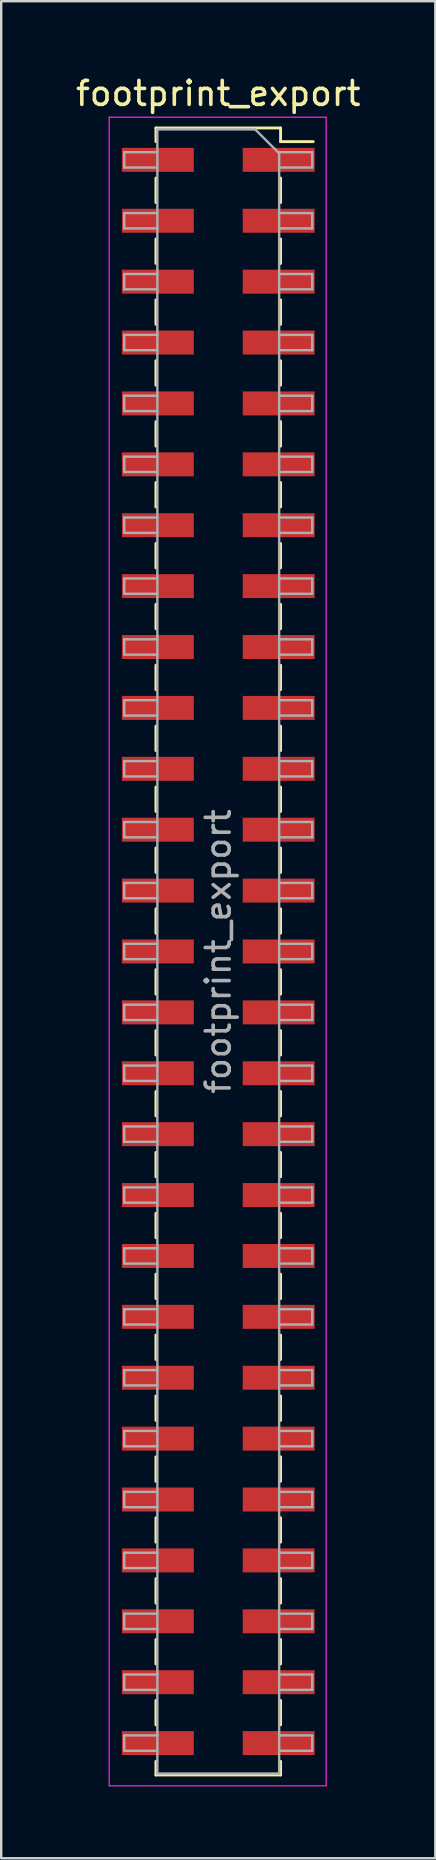
<source format=kicad_pcb>
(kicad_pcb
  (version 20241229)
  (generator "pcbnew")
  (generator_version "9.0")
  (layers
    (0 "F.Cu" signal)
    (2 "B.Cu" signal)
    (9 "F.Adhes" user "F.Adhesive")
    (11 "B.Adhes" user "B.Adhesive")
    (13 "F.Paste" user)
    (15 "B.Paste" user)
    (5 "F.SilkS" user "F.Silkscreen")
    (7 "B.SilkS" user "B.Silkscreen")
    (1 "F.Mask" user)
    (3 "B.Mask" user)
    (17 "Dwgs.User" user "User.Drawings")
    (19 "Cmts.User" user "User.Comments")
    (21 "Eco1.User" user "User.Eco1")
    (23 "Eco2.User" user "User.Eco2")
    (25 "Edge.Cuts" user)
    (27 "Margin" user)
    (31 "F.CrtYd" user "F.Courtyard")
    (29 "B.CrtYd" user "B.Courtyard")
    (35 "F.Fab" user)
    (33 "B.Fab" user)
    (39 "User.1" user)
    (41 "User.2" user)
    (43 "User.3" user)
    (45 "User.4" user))
  (footprint "footprint_export"
    (layer "F.Cu")
    (at 6.054 36.638)
    (property "Reference" "footprint_export" (at 0 -35.79 0) (layer "F.SilkS") (effects (font (size 1 1) (thickness 0.15))))
    (attr smd)
    (fp_line (start -2.6 -34.35) (end -2.6 -33.78) (stroke (width 0.12) (type solid)) (layer "F.SilkS"))
    (fp_line (start -2.6 -34.35) (end 2.6 -34.35) (stroke (width 0.12) (type solid)) (layer "F.SilkS"))
    (fp_line (start -2.6 -32.26) (end -2.6 -31.24) (stroke (width 0.12) (type solid)) (layer "F.SilkS"))
    (fp_line (start -2.6 -29.72) (end -2.6 -28.7) (stroke (width 0.12) (type solid)) (layer "F.SilkS"))
    (fp_line (start -2.6 -27.18) (end -2.6 -26.16) (stroke (width 0.12) (type solid)) (layer "F.SilkS"))
    (fp_line (start -2.6 -24.64) (end -2.6 -23.62) (stroke (width 0.12) (type solid)) (layer "F.SilkS"))
    (fp_line (start -2.6 -22.1) (end -2.6 -21.08) (stroke (width 0.12) (type solid)) (layer "F.SilkS"))
    (fp_line (start -2.6 -19.56) (end -2.6 -18.54) (stroke (width 0.12) (type solid)) (layer "F.SilkS"))
    (fp_line (start -2.6 -17.02) (end -2.6 -16) (stroke (width 0.12) (type solid)) (layer "F.SilkS"))
    (fp_line (start -2.6 -14.48) (end -2.6 -13.46) (stroke (width 0.12) (type solid)) (layer "F.SilkS"))
    (fp_line (start -2.6 -11.94) (end -2.6 -10.92) (stroke (width 0.12) (type solid)) (layer "F.SilkS"))
    (fp_line (start -2.6 -9.4) (end -2.6 -8.38) (stroke (width 0.12) (type solid)) (layer "F.SilkS"))
    (fp_line (start -2.6 -6.86) (end -2.6 -5.84) (stroke (width 0.12) (type solid)) (layer "F.SilkS"))
    (fp_line (start -2.6 -4.32) (end -2.6 -3.3) (stroke (width 0.12) (type solid)) (layer "F.SilkS"))
    (fp_line (start -2.6 -1.78) (end -2.6 -0.76) (stroke (width 0.12) (type solid)) (layer "F.SilkS"))
    (fp_line (start -2.6 0.76) (end -2.6 1.78) (stroke (width 0.12) (type solid)) (layer "F.SilkS"))
    (fp_line (start -2.6 3.3) (end -2.6 4.32) (stroke (width 0.12) (type solid)) (layer "F.SilkS"))
    (fp_line (start -2.6 5.84) (end -2.6 6.86) (stroke (width 0.12) (type solid)) (layer "F.SilkS"))
    (fp_line (start -2.6 8.38) (end -2.6 9.4) (stroke (width 0.12) (type solid)) (layer "F.SilkS"))
    (fp_line (start -2.6 10.92) (end -2.6 11.94) (stroke (width 0.12) (type solid)) (layer "F.SilkS"))
    (fp_line (start -2.6 13.46) (end -2.6 14.48) (stroke (width 0.12) (type solid)) (layer "F.SilkS"))
    (fp_line (start -2.6 16) (end -2.6 17.02) (stroke (width 0.12) (type solid)) (layer "F.SilkS"))
    (fp_line (start -2.6 18.54) (end -2.6 19.56) (stroke (width 0.12) (type solid)) (layer "F.SilkS"))
    (fp_line (start -2.6 21.08) (end -2.6 22.1) (stroke (width 0.12) (type solid)) (layer "F.SilkS"))
    (fp_line (start -2.6 23.62) (end -2.6 24.64) (stroke (width 0.12) (type solid)) (layer "F.SilkS"))
    (fp_line (start -2.6 26.16) (end -2.6 27.18) (stroke (width 0.12) (type solid)) (layer "F.SilkS"))
    (fp_line (start -2.6 28.7) (end -2.6 29.72) (stroke (width 0.12) (type solid)) (layer "F.SilkS"))
    (fp_line (start -2.6 31.24) (end -2.6 32.26) (stroke (width 0.12) (type solid)) (layer "F.SilkS"))
    (fp_line (start -2.6 33.78) (end -2.6 34.35) (stroke (width 0.12) (type solid)) (layer "F.SilkS"))
    (fp_line (start -2.6 34.35) (end 2.6 34.35) (stroke (width 0.12) (type solid)) (layer "F.SilkS"))
    (fp_line (start 2.6 -34.35) (end 2.6 -33.78) (stroke (width 0.12) (type solid)) (layer "F.SilkS"))
    (fp_line (start 2.6 -33.78) (end 3.96 -33.78) (stroke (width 0.12) (type solid)) (layer "F.SilkS"))
    (fp_line (start 2.6 -32.26) (end 2.6 -31.24) (stroke (width 0.12) (type solid)) (layer "F.SilkS"))
    (fp_line (start 2.6 -29.72) (end 2.6 -28.7) (stroke (width 0.12) (type solid)) (layer "F.SilkS"))
    (fp_line (start 2.6 -27.18) (end 2.6 -26.16) (stroke (width 0.12) (type solid)) (layer "F.SilkS"))
    (fp_line (start 2.6 -24.64) (end 2.6 -23.62) (stroke (width 0.12) (type solid)) (layer "F.SilkS"))
    (fp_line (start 2.6 -22.1) (end 2.6 -21.08) (stroke (width 0.12) (type solid)) (layer "F.SilkS"))
    (fp_line (start 2.6 -19.56) (end 2.6 -18.54) (stroke (width 0.12) (type solid)) (layer "F.SilkS"))
    (fp_line (start 2.6 -17.02) (end 2.6 -16) (stroke (width 0.12) (type solid)) (layer "F.SilkS"))
    (fp_line (start 2.6 -14.48) (end 2.6 -13.46) (stroke (width 0.12) (type solid)) (layer "F.SilkS"))
    (fp_line (start 2.6 -11.94) (end 2.6 -10.92) (stroke (width 0.12) (type solid)) (layer "F.SilkS"))
    (fp_line (start 2.6 -9.4) (end 2.6 -8.38) (stroke (width 0.12) (type solid)) (layer "F.SilkS"))
    (fp_line (start 2.6 -6.86) (end 2.6 -5.84) (stroke (width 0.12) (type solid)) (layer "F.SilkS"))
    (fp_line (start 2.6 -4.32) (end 2.6 -3.3) (stroke (width 0.12) (type solid)) (layer "F.SilkS"))
    (fp_line (start 2.6 -1.78) (end 2.6 -0.76) (stroke (width 0.12) (type solid)) (layer "F.SilkS"))
    (fp_line (start 2.6 0.76) (end 2.6 1.78) (stroke (width 0.12) (type solid)) (layer "F.SilkS"))
    (fp_line (start 2.6 3.3) (end 2.6 4.32) (stroke (width 0.12) (type solid)) (layer "F.SilkS"))
    (fp_line (start 2.6 5.84) (end 2.6 6.86) (stroke (width 0.12) (type solid)) (layer "F.SilkS"))
    (fp_line (start 2.6 8.38) (end 2.6 9.4) (stroke (width 0.12) (type solid)) (layer "F.SilkS"))
    (fp_line (start 2.6 10.92) (end 2.6 11.94) (stroke (width 0.12) (type solid)) (layer "F.SilkS"))
    (fp_line (start 2.6 13.46) (end 2.6 14.48) (stroke (width 0.12) (type solid)) (layer "F.SilkS"))
    (fp_line (start 2.6 16) (end 2.6 17.02) (stroke (width 0.12) (type solid)) (layer "F.SilkS"))
    (fp_line (start 2.6 18.54) (end 2.6 19.56) (stroke (width 0.12) (type solid)) (layer "F.SilkS"))
    (fp_line (start 2.6 21.08) (end 2.6 22.1) (stroke (width 0.12) (type solid)) (layer "F.SilkS"))
    (fp_line (start 2.6 23.62) (end 2.6 24.64) (stroke (width 0.12) (type solid)) (layer "F.SilkS"))
    (fp_line (start 2.6 26.16) (end 2.6 27.18) (stroke (width 0.12) (type solid)) (layer "F.SilkS"))
    (fp_line (start 2.6 28.7) (end 2.6 29.72) (stroke (width 0.12) (type solid)) (layer "F.SilkS"))
    (fp_line (start 2.6 31.24) (end 2.6 32.26) (stroke (width 0.12) (type solid)) (layer "F.SilkS"))
    (fp_line (start 2.6 33.78) (end 2.6 34.35) (stroke (width 0.12) (type solid)) (layer "F.SilkS"))
    (fp_line (start -4.55 -34.8) (end 4.5 -34.8) (stroke (width 0.05) (type solid)) (layer "F.CrtYd"))
    (fp_line (start -4.55 34.8) (end -4.55 -34.8) (stroke (width 0.05) (type solid)) (layer "F.CrtYd"))
    (fp_line (start 4.5 -34.8) (end 4.5 34.8) (stroke (width 0.05) (type solid)) (layer "F.CrtYd"))
    (fp_line (start 4.5 34.8) (end -4.55 34.8) (stroke (width 0.05) (type solid)) (layer "F.CrtYd"))
    (fp_line (start -3.92 -33.34) (end -2.54 -33.34) (stroke (width 0.1) (type solid)) (layer "F.Fab"))
    (fp_line (start -3.92 -32.7) (end -3.92 -33.34) (stroke (width 0.1) (type solid)) (layer "F.Fab"))
    (fp_line (start -3.92 -30.8) (end -2.54 -30.8) (stroke (width 0.1) (type solid)) (layer "F.Fab"))
    (fp_line (start -3.92 -30.16) (end -3.92 -30.8) (stroke (width 0.1) (type solid)) (layer "F.Fab"))
    (fp_line (start -3.92 -28.26) (end -2.54 -28.26) (stroke (width 0.1) (type solid)) (layer "F.Fab"))
    (fp_line (start -3.92 -27.62) (end -3.92 -28.26) (stroke (width 0.1) (type solid)) (layer "F.Fab"))
    (fp_line (start -3.92 -25.72) (end -2.54 -25.72) (stroke (width 0.1) (type solid)) (layer "F.Fab"))
    (fp_line (start -3.92 -25.08) (end -3.92 -25.72) (stroke (width 0.1) (type solid)) (layer "F.Fab"))
    (fp_line (start -3.92 -23.18) (end -2.54 -23.18) (stroke (width 0.1) (type solid)) (layer "F.Fab"))
    (fp_line (start -3.92 -22.54) (end -3.92 -23.18) (stroke (width 0.1) (type solid)) (layer "F.Fab"))
    (fp_line (start -3.92 -20.64) (end -2.54 -20.64) (stroke (width 0.1) (type solid)) (layer "F.Fab"))
    (fp_line (start -3.92 -20) (end -3.92 -20.64) (stroke (width 0.1) (type solid)) (layer "F.Fab"))
    (fp_line (start -3.92 -18.1) (end -2.54 -18.1) (stroke (width 0.1) (type solid)) (layer "F.Fab"))
    (fp_line (start -3.92 -17.46) (end -3.92 -18.1) (stroke (width 0.1) (type solid)) (layer "F.Fab"))
    (fp_line (start -3.92 -15.56) (end -2.54 -15.56) (stroke (width 0.1) (type solid)) (layer "F.Fab"))
    (fp_line (start -3.92 -14.92) (end -3.92 -15.56) (stroke (width 0.1) (type solid)) (layer "F.Fab"))
    (fp_line (start -3.92 -13.02) (end -2.54 -13.02) (stroke (width 0.1) (type solid)) (layer "F.Fab"))
    (fp_line (start -3.92 -12.38) (end -3.92 -13.02) (stroke (width 0.1) (type solid)) (layer "F.Fab"))
    (fp_line (start -3.92 -10.48) (end -2.54 -10.48) (stroke (width 0.1) (type solid)) (layer "F.Fab"))
    (fp_line (start -3.92 -9.84) (end -3.92 -10.48) (stroke (width 0.1) (type solid)) (layer "F.Fab"))
    (fp_line (start -3.92 -7.94) (end -2.54 -7.94) (stroke (width 0.1) (type solid)) (layer "F.Fab"))
    (fp_line (start -3.92 -7.3) (end -3.92 -7.94) (stroke (width 0.1) (type solid)) (layer "F.Fab"))
    (fp_line (start -3.92 -5.4) (end -2.54 -5.4) (stroke (width 0.1) (type solid)) (layer "F.Fab"))
    (fp_line (start -3.92 -4.76) (end -3.92 -5.4) (stroke (width 0.1) (type solid)) (layer "F.Fab"))
    (fp_line (start -3.92 -2.86) (end -2.54 -2.86) (stroke (width 0.1) (type solid)) (layer "F.Fab"))
    (fp_line (start -3.92 -2.22) (end -3.92 -2.86) (stroke (width 0.1) (type solid)) (layer "F.Fab"))
    (fp_line (start -3.92 -0.32) (end -2.54 -0.32) (stroke (width 0.1) (type solid)) (layer "F.Fab"))
    (fp_line (start -3.92 0.32) (end -3.92 -0.32) (stroke (width 0.1) (type solid)) (layer "F.Fab"))
    (fp_line (start -3.92 2.22) (end -2.54 2.22) (stroke (width 0.1) (type solid)) (layer "F.Fab"))
    (fp_line (start -3.92 2.86) (end -3.92 2.22) (stroke (width 0.1) (type solid)) (layer "F.Fab"))
    (fp_line (start -3.92 4.76) (end -2.54 4.76) (stroke (width 0.1) (type solid)) (layer "F.Fab"))
    (fp_line (start -3.92 5.4) (end -3.92 4.76) (stroke (width 0.1) (type solid)) (layer "F.Fab"))
    (fp_line (start -3.92 7.3) (end -2.54 7.3) (stroke (width 0.1) (type solid)) (layer "F.Fab"))
    (fp_line (start -3.92 7.94) (end -3.92 7.3) (stroke (width 0.1) (type solid)) (layer "F.Fab"))
    (fp_line (start -3.92 9.84) (end -2.54 9.84) (stroke (width 0.1) (type solid)) (layer "F.Fab"))
    (fp_line (start -3.92 10.48) (end -3.92 9.84) (stroke (width 0.1) (type solid)) (layer "F.Fab"))
    (fp_line (start -3.92 12.38) (end -2.54 12.38) (stroke (width 0.1) (type solid)) (layer "F.Fab"))
    (fp_line (start -3.92 13.02) (end -3.92 12.38) (stroke (width 0.1) (type solid)) (layer "F.Fab"))
    (fp_line (start -3.92 14.92) (end -2.54 14.92) (stroke (width 0.1) (type solid)) (layer "F.Fab"))
    (fp_line (start -3.92 15.56) (end -3.92 14.92) (stroke (width 0.1) (type solid)) (layer "F.Fab"))
    (fp_line (start -3.92 17.46) (end -2.54 17.46) (stroke (width 0.1) (type solid)) (layer "F.Fab"))
    (fp_line (start -3.92 18.1) (end -3.92 17.46) (stroke (width 0.1) (type solid)) (layer "F.Fab"))
    (fp_line (start -3.92 20) (end -2.54 20) (stroke (width 0.1) (type solid)) (layer "F.Fab"))
    (fp_line (start -3.92 20.64) (end -3.92 20) (stroke (width 0.1) (type solid)) (layer "F.Fab"))
    (fp_line (start -3.92 22.54) (end -2.54 22.54) (stroke (width 0.1) (type solid)) (layer "F.Fab"))
    (fp_line (start -3.92 23.18) (end -3.92 22.54) (stroke (width 0.1) (type solid)) (layer "F.Fab"))
    (fp_line (start -3.92 25.08) (end -2.54 25.08) (stroke (width 0.1) (type solid)) (layer "F.Fab"))
    (fp_line (start -3.92 25.72) (end -3.92 25.08) (stroke (width 0.1) (type solid)) (layer "F.Fab"))
    (fp_line (start -3.92 27.62) (end -2.54 27.62) (stroke (width 0.1) (type solid)) (layer "F.Fab"))
    (fp_line (start -3.92 28.26) (end -3.92 27.62) (stroke (width 0.1) (type solid)) (layer "F.Fab"))
    (fp_line (start -3.92 30.16) (end -2.54 30.16) (stroke (width 0.1) (type solid)) (layer "F.Fab"))
    (fp_line (start -3.92 30.8) (end -3.92 30.16) (stroke (width 0.1) (type solid)) (layer "F.Fab"))
    (fp_line (start -3.92 32.7) (end -2.54 32.7) (stroke (width 0.1) (type solid)) (layer "F.Fab"))
    (fp_line (start -3.92 33.34) (end -3.92 32.7) (stroke (width 0.1) (type solid)) (layer "F.Fab"))
    (fp_line (start -2.54 -34.29) (end 1.54 -34.29) (stroke (width 0.1) (type solid)) (layer "F.Fab"))
    (fp_line (start -2.54 -32.7) (end -3.92 -32.7) (stroke (width 0.1) (type solid)) (layer "F.Fab"))
    (fp_line (start -2.54 -30.16) (end -3.92 -30.16) (stroke (width 0.1) (type solid)) (layer "F.Fab"))
    (fp_line (start -2.54 -27.62) (end -3.92 -27.62) (stroke (width 0.1) (type solid)) (layer "F.Fab"))
    (fp_line (start -2.54 -25.08) (end -3.92 -25.08) (stroke (width 0.1) (type solid)) (layer "F.Fab"))
    (fp_line (start -2.54 -22.54) (end -3.92 -22.54) (stroke (width 0.1) (type solid)) (layer "F.Fab"))
    (fp_line (start -2.54 -20) (end -3.92 -20) (stroke (width 0.1) (type solid)) (layer "F.Fab"))
    (fp_line (start -2.54 -17.46) (end -3.92 -17.46) (stroke (width 0.1) (type solid)) (layer "F.Fab"))
    (fp_line (start -2.54 -14.92) (end -3.92 -14.92) (stroke (width 0.1) (type solid)) (layer "F.Fab"))
    (fp_line (start -2.54 -12.38) (end -3.92 -12.38) (stroke (width 0.1) (type solid)) (layer "F.Fab"))
    (fp_line (start -2.54 -9.84) (end -3.92 -9.84) (stroke (width 0.1) (type solid)) (layer "F.Fab"))
    (fp_line (start -2.54 -7.3) (end -3.92 -7.3) (stroke (width 0.1) (type solid)) (layer "F.Fab"))
    (fp_line (start -2.54 -4.76) (end -3.92 -4.76) (stroke (width 0.1) (type solid)) (layer "F.Fab"))
    (fp_line (start -2.54 -2.22) (end -3.92 -2.22) (stroke (width 0.1) (type solid)) (layer "F.Fab"))
    (fp_line (start -2.54 0.32) (end -3.92 0.32) (stroke (width 0.1) (type solid)) (layer "F.Fab"))
    (fp_line (start -2.54 2.86) (end -3.92 2.86) (stroke (width 0.1) (type solid)) (layer "F.Fab"))
    (fp_line (start -2.54 5.4) (end -3.92 5.4) (stroke (width 0.1) (type solid)) (layer "F.Fab"))
    (fp_line (start -2.54 7.94) (end -3.92 7.94) (stroke (width 0.1) (type solid)) (layer "F.Fab"))
    (fp_line (start -2.54 10.48) (end -3.92 10.48) (stroke (width 0.1) (type solid)) (layer "F.Fab"))
    (fp_line (start -2.54 13.02) (end -3.92 13.02) (stroke (width 0.1) (type solid)) (layer "F.Fab"))
    (fp_line (start -2.54 15.56) (end -3.92 15.56) (stroke (width 0.1) (type solid)) (layer "F.Fab"))
    (fp_line (start -2.54 18.1) (end -3.92 18.1) (stroke (width 0.1) (type solid)) (layer "F.Fab"))
    (fp_line (start -2.54 20.64) (end -3.92 20.64) (stroke (width 0.1) (type solid)) (layer "F.Fab"))
    (fp_line (start -2.54 23.18) (end -3.92 23.18) (stroke (width 0.1) (type solid)) (layer "F.Fab"))
    (fp_line (start -2.54 25.72) (end -3.92 25.72) (stroke (width 0.1) (type solid)) (layer "F.Fab"))
    (fp_line (start -2.54 28.26) (end -3.92 28.26) (stroke (width 0.1) (type solid)) (layer "F.Fab"))
    (fp_line (start -2.54 30.8) (end -3.92 30.8) (stroke (width 0.1) (type solid)) (layer "F.Fab"))
    (fp_line (start -2.54 33.34) (end -3.92 33.34) (stroke (width 0.1) (type solid)) (layer "F.Fab"))
    (fp_line (start -2.54 34.29) (end -2.54 -34.29) (stroke (width 0.1) (type solid)) (layer "F.Fab"))
    (fp_line (start 1.54 -34.29) (end 2.54 -33.29) (stroke (width 0.1) (type solid)) (layer "F.Fab"))
    (fp_line (start 2.54 -33.34) (end 3.92 -33.34) (stroke (width 0.1) (type solid)) (layer "F.Fab"))
    (fp_line (start 2.54 -33.29) (end 2.54 34.29) (stroke (width 0.1) (type solid)) (layer "F.Fab"))
    (fp_line (start 2.54 -30.8) (end 3.92 -30.8) (stroke (width 0.1) (type solid)) (layer "F.Fab"))
    (fp_line (start 2.54 -28.26) (end 3.92 -28.26) (stroke (width 0.1) (type solid)) (layer "F.Fab"))
    (fp_line (start 2.54 -25.72) (end 3.92 -25.72) (stroke (width 0.1) (type solid)) (layer "F.Fab"))
    (fp_line (start 2.54 -23.18) (end 3.92 -23.18) (stroke (width 0.1) (type solid)) (layer "F.Fab"))
    (fp_line (start 2.54 -20.64) (end 3.92 -20.64) (stroke (width 0.1) (type solid)) (layer "F.Fab"))
    (fp_line (start 2.54 -18.1) (end 3.92 -18.1) (stroke (width 0.1) (type solid)) (layer "F.Fab"))
    (fp_line (start 2.54 -15.56) (end 3.92 -15.56) (stroke (width 0.1) (type solid)) (layer "F.Fab"))
    (fp_line (start 2.54 -13.02) (end 3.92 -13.02) (stroke (width 0.1) (type solid)) (layer "F.Fab"))
    (fp_line (start 2.54 -10.48) (end 3.92 -10.48) (stroke (width 0.1) (type solid)) (layer "F.Fab"))
    (fp_line (start 2.54 -7.94) (end 3.92 -7.94) (stroke (width 0.1) (type solid)) (layer "F.Fab"))
    (fp_line (start 2.54 -5.4) (end 3.92 -5.4) (stroke (width 0.1) (type solid)) (layer "F.Fab"))
    (fp_line (start 2.54 -2.86) (end 3.92 -2.86) (stroke (width 0.1) (type solid)) (layer "F.Fab"))
    (fp_line (start 2.54 -0.32) (end 3.92 -0.32) (stroke (width 0.1) (type solid)) (layer "F.Fab"))
    (fp_line (start 2.54 2.22) (end 3.92 2.22) (stroke (width 0.1) (type solid)) (layer "F.Fab"))
    (fp_line (start 2.54 4.76) (end 3.92 4.76) (stroke (width 0.1) (type solid)) (layer "F.Fab"))
    (fp_line (start 2.54 7.3) (end 3.92 7.3) (stroke (width 0.1) (type solid)) (layer "F.Fab"))
    (fp_line (start 2.54 9.84) (end 3.92 9.84) (stroke (width 0.1) (type solid)) (layer "F.Fab"))
    (fp_line (start 2.54 12.38) (end 3.92 12.38) (stroke (width 0.1) (type solid)) (layer "F.Fab"))
    (fp_line (start 2.54 14.92) (end 3.92 14.92) (stroke (width 0.1) (type solid)) (layer "F.Fab"))
    (fp_line (start 2.54 17.46) (end 3.92 17.46) (stroke (width 0.1) (type solid)) (layer "F.Fab"))
    (fp_line (start 2.54 20) (end 3.92 20) (stroke (width 0.1) (type solid)) (layer "F.Fab"))
    (fp_line (start 2.54 22.54) (end 3.92 22.54) (stroke (width 0.1) (type solid)) (layer "F.Fab"))
    (fp_line (start 2.54 25.08) (end 3.92 25.08) (stroke (width 0.1) (type solid)) (layer "F.Fab"))
    (fp_line (start 2.54 27.62) (end 3.92 27.62) (stroke (width 0.1) (type solid)) (layer "F.Fab"))
    (fp_line (start 2.54 30.16) (end 3.92 30.16) (stroke (width 0.1) (type solid)) (layer "F.Fab"))
    (fp_line (start 2.54 32.7) (end 3.92 32.7) (stroke (width 0.1) (type solid)) (layer "F.Fab"))
    (fp_line (start 2.54 34.29) (end -2.54 34.29) (stroke (width 0.1) (type solid)) (layer "F.Fab"))
    (fp_line (start 3.92 -33.34) (end 3.92 -32.7) (stroke (width 0.1) (type solid)) (layer "F.Fab"))
    (fp_line (start 3.92 -32.7) (end 2.54 -32.7) (stroke (width 0.1) (type solid)) (layer "F.Fab"))
    (fp_line (start 3.92 -30.8) (end 3.92 -30.16) (stroke (width 0.1) (type solid)) (layer "F.Fab"))
    (fp_line (start 3.92 -30.16) (end 2.54 -30.16) (stroke (width 0.1) (type solid)) (layer "F.Fab"))
    (fp_line (start 3.92 -28.26) (end 3.92 -27.62) (stroke (width 0.1) (type solid)) (layer "F.Fab"))
    (fp_line (start 3.92 -27.62) (end 2.54 -27.62) (stroke (width 0.1) (type solid)) (layer "F.Fab"))
    (fp_line (start 3.92 -25.72) (end 3.92 -25.08) (stroke (width 0.1) (type solid)) (layer "F.Fab"))
    (fp_line (start 3.92 -25.08) (end 2.54 -25.08) (stroke (width 0.1) (type solid)) (layer "F.Fab"))
    (fp_line (start 3.92 -23.18) (end 3.92 -22.54) (stroke (width 0.1) (type solid)) (layer "F.Fab"))
    (fp_line (start 3.92 -22.54) (end 2.54 -22.54) (stroke (width 0.1) (type solid)) (layer "F.Fab"))
    (fp_line (start 3.92 -20.64) (end 3.92 -20) (stroke (width 0.1) (type solid)) (layer "F.Fab"))
    (fp_line (start 3.92 -20) (end 2.54 -20) (stroke (width 0.1) (type solid)) (layer "F.Fab"))
    (fp_line (start 3.92 -18.1) (end 3.92 -17.46) (stroke (width 0.1) (type solid)) (layer "F.Fab"))
    (fp_line (start 3.92 -17.46) (end 2.54 -17.46) (stroke (width 0.1) (type solid)) (layer "F.Fab"))
    (fp_line (start 3.92 -15.56) (end 3.92 -14.92) (stroke (width 0.1) (type solid)) (layer "F.Fab"))
    (fp_line (start 3.92 -14.92) (end 2.54 -14.92) (stroke (width 0.1) (type solid)) (layer "F.Fab"))
    (fp_line (start 3.92 -13.02) (end 3.92 -12.38) (stroke (width 0.1) (type solid)) (layer "F.Fab"))
    (fp_line (start 3.92 -12.38) (end 2.54 -12.38) (stroke (width 0.1) (type solid)) (layer "F.Fab"))
    (fp_line (start 3.92 -10.48) (end 3.92 -9.84) (stroke (width 0.1) (type solid)) (layer "F.Fab"))
    (fp_line (start 3.92 -9.84) (end 2.54 -9.84) (stroke (width 0.1) (type solid)) (layer "F.Fab"))
    (fp_line (start 3.92 -7.94) (end 3.92 -7.3) (stroke (width 0.1) (type solid)) (layer "F.Fab"))
    (fp_line (start 3.92 -7.3) (end 2.54 -7.3) (stroke (width 0.1) (type solid)) (layer "F.Fab"))
    (fp_line (start 3.92 -5.4) (end 3.92 -4.76) (stroke (width 0.1) (type solid)) (layer "F.Fab"))
    (fp_line (start 3.92 -4.76) (end 2.54 -4.76) (stroke (width 0.1) (type solid)) (layer "F.Fab"))
    (fp_line (start 3.92 -2.86) (end 3.92 -2.22) (stroke (width 0.1) (type solid)) (layer "F.Fab"))
    (fp_line (start 3.92 -2.22) (end 2.54 -2.22) (stroke (width 0.1) (type solid)) (layer "F.Fab"))
    (fp_line (start 3.92 -0.32) (end 3.92 0.32) (stroke (width 0.1) (type solid)) (layer "F.Fab"))
    (fp_line (start 3.92 0.32) (end 2.54 0.32) (stroke (width 0.1) (type solid)) (layer "F.Fab"))
    (fp_line (start 3.92 2.22) (end 3.92 2.86) (stroke (width 0.1) (type solid)) (layer "F.Fab"))
    (fp_line (start 3.92 2.86) (end 2.54 2.86) (stroke (width 0.1) (type solid)) (layer "F.Fab"))
    (fp_line (start 3.92 4.76) (end 3.92 5.4) (stroke (width 0.1) (type solid)) (layer "F.Fab"))
    (fp_line (start 3.92 5.4) (end 2.54 5.4) (stroke (width 0.1) (type solid)) (layer "F.Fab"))
    (fp_line (start 3.92 7.3) (end 3.92 7.94) (stroke (width 0.1) (type solid)) (layer "F.Fab"))
    (fp_line (start 3.92 7.94) (end 2.54 7.94) (stroke (width 0.1) (type solid)) (layer "F.Fab"))
    (fp_line (start 3.92 9.84) (end 3.92 10.48) (stroke (width 0.1) (type solid)) (layer "F.Fab"))
    (fp_line (start 3.92 10.48) (end 2.54 10.48) (stroke (width 0.1) (type solid)) (layer "F.Fab"))
    (fp_line (start 3.92 12.38) (end 3.92 13.02) (stroke (width 0.1) (type solid)) (layer "F.Fab"))
    (fp_line (start 3.92 13.02) (end 2.54 13.02) (stroke (width 0.1) (type solid)) (layer "F.Fab"))
    (fp_line (start 3.92 14.92) (end 3.92 15.56) (stroke (width 0.1) (type solid)) (layer "F.Fab"))
    (fp_line (start 3.92 15.56) (end 2.54 15.56) (stroke (width 0.1) (type solid)) (layer "F.Fab"))
    (fp_line (start 3.92 17.46) (end 3.92 18.1) (stroke (width 0.1) (type solid)) (layer "F.Fab"))
    (fp_line (start 3.92 18.1) (end 2.54 18.1) (stroke (width 0.1) (type solid)) (layer "F.Fab"))
    (fp_line (start 3.92 20) (end 3.92 20.64) (stroke (width 0.1) (type solid)) (layer "F.Fab"))
    (fp_line (start 3.92 20.64) (end 2.54 20.64) (stroke (width 0.1) (type solid)) (layer "F.Fab"))
    (fp_line (start 3.92 22.54) (end 3.92 23.18) (stroke (width 0.1) (type solid)) (layer "F.Fab"))
    (fp_line (start 3.92 23.18) (end 2.54 23.18) (stroke (width 0.1) (type solid)) (layer "F.Fab"))
    (fp_line (start 3.92 25.08) (end 3.92 25.72) (stroke (width 0.1) (type solid)) (layer "F.Fab"))
    (fp_line (start 3.92 25.72) (end 2.54 25.72) (stroke (width 0.1) (type solid)) (layer "F.Fab"))
    (fp_line (start 3.92 27.62) (end 3.92 28.26) (stroke (width 0.1) (type solid)) (layer "F.Fab"))
    (fp_line (start 3.92 28.26) (end 2.54 28.26) (stroke (width 0.1) (type solid)) (layer "F.Fab"))
    (fp_line (start 3.92 30.16) (end 3.92 30.8) (stroke (width 0.1) (type solid)) (layer "F.Fab"))
    (fp_line (start 3.92 30.8) (end 2.54 30.8) (stroke (width 0.1) (type solid)) (layer "F.Fab"))
    (fp_line (start 3.92 32.7) (end 3.92 33.34) (stroke (width 0.1) (type solid)) (layer "F.Fab"))
    (fp_line (start 3.92 33.34) (end 2.54 33.34) (stroke (width 0.1) (type solid)) (layer "F.Fab"))
    (fp_text user "${REFERENCE}" (at 0 0 90) (layer "F.Fab") (effects (font (size 1 1) (thickness 0.15))))
    (pad "1" smd rect (at 2.52 -33.02) (size 3 1) (layers "F.Cu" "F.Mask" "F.Paste"))
    (pad "2" smd rect (at -2.52 -33.02) (size 3 1) (layers "F.Cu" "F.Mask" "F.Paste"))
    (pad "3" smd rect (at 2.52 -30.48) (size 3 1) (layers "F.Cu" "F.Mask" "F.Paste"))
    (pad "4" smd rect (at -2.52 -30.48) (size 3 1) (layers "F.Cu" "F.Mask" "F.Paste"))
    (pad "5" smd rect (at 2.52 -27.94) (size 3 1) (layers "F.Cu" "F.Mask" "F.Paste"))
    (pad "6" smd rect (at -2.52 -27.94) (size 3 1) (layers "F.Cu" "F.Mask" "F.Paste"))
    (pad "7" smd rect (at 2.52 -25.4) (size 3 1) (layers "F.Cu" "F.Mask" "F.Paste"))
    (pad "8" smd rect (at -2.52 -25.4) (size 3 1) (layers "F.Cu" "F.Mask" "F.Paste"))
    (pad "9" smd rect (at 2.52 -22.86) (size 3 1) (layers "F.Cu" "F.Mask" "F.Paste"))
    (pad "10" smd rect (at -2.52 -22.86) (size 3 1) (layers "F.Cu" "F.Mask" "F.Paste"))
    (pad "11" smd rect (at 2.52 -20.32) (size 3 1) (layers "F.Cu" "F.Mask" "F.Paste"))
    (pad "12" smd rect (at -2.52 -20.32) (size 3 1) (layers "F.Cu" "F.Mask" "F.Paste"))
    (pad "13" smd rect (at 2.52 -17.78) (size 3 1) (layers "F.Cu" "F.Mask" "F.Paste"))
    (pad "14" smd rect (at -2.52 -17.78) (size 3 1) (layers "F.Cu" "F.Mask" "F.Paste"))
    (pad "15" smd rect (at 2.52 -15.24) (size 3 1) (layers "F.Cu" "F.Mask" "F.Paste"))
    (pad "16" smd rect (at -2.52 -15.24) (size 3 1) (layers "F.Cu" "F.Mask" "F.Paste"))
    (pad "17" smd rect (at 2.52 -12.7) (size 3 1) (layers "F.Cu" "F.Mask" "F.Paste"))
    (pad "18" smd rect (at -2.52 -12.7) (size 3 1) (layers "F.Cu" "F.Mask" "F.Paste"))
    (pad "19" smd rect (at 2.52 -10.16) (size 3 1) (layers "F.Cu" "F.Mask" "F.Paste"))
    (pad "20" smd rect (at -2.52 -10.16) (size 3 1) (layers "F.Cu" "F.Mask" "F.Paste"))
    (pad "21" smd rect (at 2.52 -7.62) (size 3 1) (layers "F.Cu" "F.Mask" "F.Paste"))
    (pad "22" smd rect (at -2.52 -7.62) (size 3 1) (layers "F.Cu" "F.Mask" "F.Paste"))
    (pad "23" smd rect (at 2.52 -5.08) (size 3 1) (layers "F.Cu" "F.Mask" "F.Paste"))
    (pad "24" smd rect (at -2.52 -5.08) (size 3 1) (layers "F.Cu" "F.Mask" "F.Paste"))
    (pad "25" smd rect (at 2.52 -2.54) (size 3 1) (layers "F.Cu" "F.Mask" "F.Paste"))
    (pad "26" smd rect (at -2.52 -2.54) (size 3 1) (layers "F.Cu" "F.Mask" "F.Paste"))
    (pad "27" smd rect (at 2.52 0) (size 3 1) (layers "F.Cu" "F.Mask" "F.Paste"))
    (pad "28" smd rect (at -2.52 0) (size 3 1) (layers "F.Cu" "F.Mask" "F.Paste"))
    (pad "29" smd rect (at 2.52 2.54) (size 3 1) (layers "F.Cu" "F.Mask" "F.Paste"))
    (pad "30" smd rect (at -2.52 2.54) (size 3 1) (layers "F.Cu" "F.Mask" "F.Paste"))
    (pad "31" smd rect (at 2.52 5.08) (size 3 1) (layers "F.Cu" "F.Mask" "F.Paste"))
    (pad "32" smd rect (at -2.52 5.08) (size 3 1) (layers "F.Cu" "F.Mask" "F.Paste"))
    (pad "33" smd rect (at 2.52 7.62) (size 3 1) (layers "F.Cu" "F.Mask" "F.Paste"))
    (pad "34" smd rect (at -2.52 7.62) (size 3 1) (layers "F.Cu" "F.Mask" "F.Paste"))
    (pad "35" smd rect (at 2.52 10.16) (size 3 1) (layers "F.Cu" "F.Mask" "F.Paste"))
    (pad "36" smd rect (at -2.52 10.16) (size 3 1) (layers "F.Cu" "F.Mask" "F.Paste"))
    (pad "37" smd rect (at 2.52 12.7) (size 3 1) (layers "F.Cu" "F.Mask" "F.Paste"))
    (pad "38" smd rect (at -2.52 12.7) (size 3 1) (layers "F.Cu" "F.Mask" "F.Paste"))
    (pad "39" smd rect (at 2.52 15.24) (size 3 1) (layers "F.Cu" "F.Mask" "F.Paste"))
    (pad "40" smd rect (at -2.52 15.24) (size 3 1) (layers "F.Cu" "F.Mask" "F.Paste"))
    (pad "41" smd rect (at 2.52 17.78) (size 3 1) (layers "F.Cu" "F.Mask" "F.Paste"))
    (pad "42" smd rect (at -2.52 17.78) (size 3 1) (layers "F.Cu" "F.Mask" "F.Paste"))
    (pad "43" smd rect (at 2.52 20.32) (size 3 1) (layers "F.Cu" "F.Mask" "F.Paste"))
    (pad "44" smd rect (at -2.52 20.32) (size 3 1) (layers "F.Cu" "F.Mask" "F.Paste"))
    (pad "45" smd rect (at 2.52 22.86) (size 3 1) (layers "F.Cu" "F.Mask" "F.Paste"))
    (pad "46" smd rect (at -2.52 22.86) (size 3 1) (layers "F.Cu" "F.Mask" "F.Paste"))
    (pad "47" smd rect (at 2.52 25.4) (size 3 1) (layers "F.Cu" "F.Mask" "F.Paste"))
    (pad "48" smd rect (at -2.52 25.4) (size 3 1) (layers "F.Cu" "F.Mask" "F.Paste"))
    (pad "49" smd rect (at 2.52 27.94) (size 3 1) (layers "F.Cu" "F.Mask" "F.Paste"))
    (pad "50" smd rect (at -2.52 27.94) (size 3 1) (layers "F.Cu" "F.Mask" "F.Paste"))
    (pad "51" smd rect (at 2.52 30.48) (size 3 1) (layers "F.Cu" "F.Mask" "F.Paste"))
    (pad "52" smd rect (at -2.52 30.48) (size 3 1) (layers "F.Cu" "F.Mask" "F.Paste"))
    (pad "53" smd rect (at 2.52 33.02) (size 3 1) (layers "F.Cu" "F.Mask" "F.Paste"))
    (pad "54" smd rect (at -2.52 33.02) (size 3 1) (layers "F.Cu" "F.Mask" "F.Paste")))
  (gr_rect
    (start -3 -3)
    (end 15.107 74.463)
    (stroke (width 0.1) (type default))
    (fill no)
    (layer "Edge.Cuts")))
</source>
